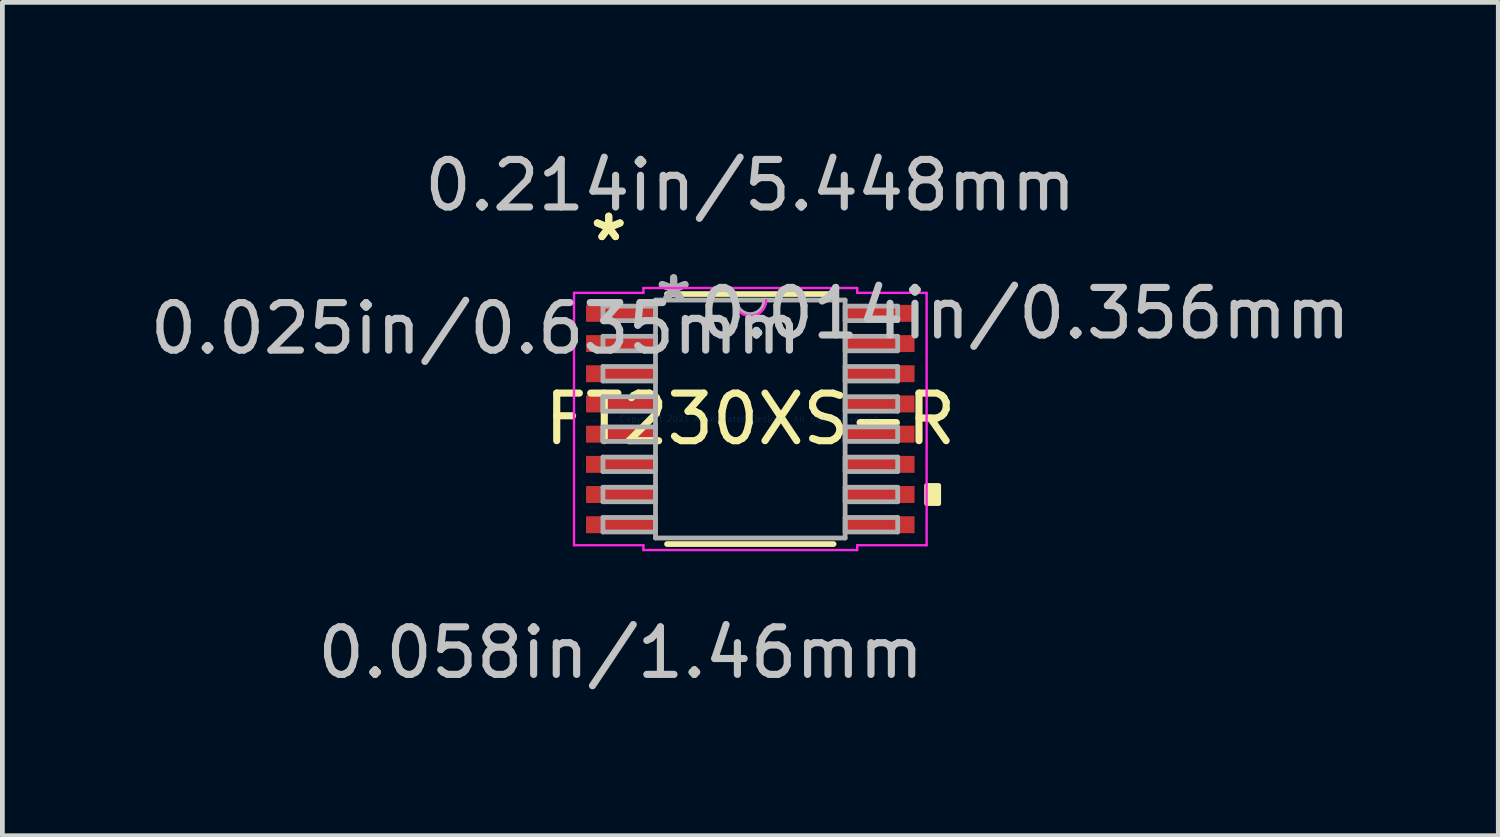
<source format=kicad_pcb>
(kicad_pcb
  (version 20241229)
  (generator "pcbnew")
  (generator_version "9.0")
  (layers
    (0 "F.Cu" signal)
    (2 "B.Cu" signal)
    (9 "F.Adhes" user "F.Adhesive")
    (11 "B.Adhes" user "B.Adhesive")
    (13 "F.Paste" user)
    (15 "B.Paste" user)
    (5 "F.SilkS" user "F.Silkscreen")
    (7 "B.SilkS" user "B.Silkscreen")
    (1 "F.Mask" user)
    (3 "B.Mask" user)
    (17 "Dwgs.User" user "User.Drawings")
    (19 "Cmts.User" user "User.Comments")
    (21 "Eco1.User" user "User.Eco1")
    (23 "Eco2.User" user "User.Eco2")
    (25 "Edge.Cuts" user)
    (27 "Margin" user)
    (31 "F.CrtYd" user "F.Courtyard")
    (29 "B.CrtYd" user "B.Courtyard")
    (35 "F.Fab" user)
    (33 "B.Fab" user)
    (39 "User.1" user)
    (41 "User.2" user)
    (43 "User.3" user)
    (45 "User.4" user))
  (footprint "FT230XS-R"
    (layer "F.Cu")
    (at 12.73 5.763)
    (property "Reference" "FT230XS-R" (at 0 0 0) (layer "F.SilkS") (effects (font (size 1 1) (thickness 0.15))))
    (attr through_hole)
    (fp_line (start -1.752 2.629) (end 1.752 2.629) (stroke (width 0.12) (type solid)) (layer "F.SilkS"))
    (fp_line (start 1.752 -2.629) (end -1.752 -2.629) (stroke (width 0.12) (type solid)) (layer "F.SilkS"))
    (fp_poly (pts (xy 3.962 1.397) (xy 3.962 1.778) (xy 3.708 1.778) (xy 3.708 1.397)) (stroke (width 0.1) (type solid)) (fill yes) (layer "F.SilkS"))
    (fp_line (start -3.708 -2.654) (end -2.248 -2.654) (stroke (width 0.05) (type solid)) (layer "F.CrtYd"))
    (fp_line (start -3.708 2.654) (end -3.708 -2.654) (stroke (width 0.05) (type solid)) (layer "F.CrtYd"))
    (fp_line (start -2.248 -2.756) (end 2.248 -2.756) (stroke (width 0.05) (type solid)) (layer "F.CrtYd"))
    (fp_line (start -2.248 -2.654) (end -2.248 -2.756) (stroke (width 0.05) (type solid)) (layer "F.CrtYd"))
    (fp_line (start -2.248 2.654) (end -3.708 2.654) (stroke (width 0.05) (type solid)) (layer "F.CrtYd"))
    (fp_line (start -2.248 2.756) (end -2.248 2.654) (stroke (width 0.05) (type solid)) (layer "F.CrtYd"))
    (fp_line (start 2.248 -2.756) (end 2.248 -2.654) (stroke (width 0.05) (type solid)) (layer "F.CrtYd"))
    (fp_line (start 2.248 -2.654) (end 3.708 -2.654) (stroke (width 0.05) (type solid)) (layer "F.CrtYd"))
    (fp_line (start 2.248 2.654) (end 2.248 2.756) (stroke (width 0.05) (type solid)) (layer "F.CrtYd"))
    (fp_line (start 2.248 2.756) (end -2.248 2.756) (stroke (width 0.05) (type solid)) (layer "F.CrtYd"))
    (fp_line (start 3.708 -2.654) (end 3.708 2.654) (stroke (width 0.05) (type solid)) (layer "F.CrtYd"))
    (fp_line (start 3.708 2.654) (end 2.248 2.654) (stroke (width 0.05) (type solid)) (layer "F.CrtYd"))
    (fp_arc (start 0.332317 -2.5019) (mid 0 -2.169583) (end -0.332317 -2.5019) (stroke (width 0.05) (type solid)) (layer "F.CrtYd"))
    (fp_line (start -3.099 -2.375) (end -3.099 -2.07) (stroke (width 0.1) (type solid)) (layer "F.Fab"))
    (fp_line (start -3.099 -2.07) (end -1.994 -2.07) (stroke (width 0.1) (type solid)) (layer "F.Fab"))
    (fp_line (start -3.099 -1.74) (end -3.099 -1.435) (stroke (width 0.1) (type solid)) (layer "F.Fab"))
    (fp_line (start -3.099 -1.435) (end -1.994 -1.435) (stroke (width 0.1) (type solid)) (layer "F.Fab"))
    (fp_line (start -3.099 -1.105) (end -3.099 -0.8) (stroke (width 0.1) (type solid)) (layer "F.Fab"))
    (fp_line (start -3.099 -0.8) (end -1.994 -0.8) (stroke (width 0.1) (type solid)) (layer "F.Fab"))
    (fp_line (start -3.099 -0.47) (end -3.099 -0.165) (stroke (width 0.1) (type solid)) (layer "F.Fab"))
    (fp_line (start -3.099 -0.165) (end -1.994 -0.165) (stroke (width 0.1) (type solid)) (layer "F.Fab"))
    (fp_line (start -3.099 0.165) (end -3.099 0.47) (stroke (width 0.1) (type solid)) (layer "F.Fab"))
    (fp_line (start -3.099 0.47) (end -1.994 0.47) (stroke (width 0.1) (type solid)) (layer "F.Fab"))
    (fp_line (start -3.099 0.8) (end -3.099 1.105) (stroke (width 0.1) (type solid)) (layer "F.Fab"))
    (fp_line (start -3.099 1.105) (end -1.994 1.105) (stroke (width 0.1) (type solid)) (layer "F.Fab"))
    (fp_line (start -3.099 1.435) (end -3.099 1.74) (stroke (width 0.1) (type solid)) (layer "F.Fab"))
    (fp_line (start -3.099 1.74) (end -1.994 1.74) (stroke (width 0.1) (type solid)) (layer "F.Fab"))
    (fp_line (start -3.099 2.07) (end -3.099 2.375) (stroke (width 0.1) (type solid)) (layer "F.Fab"))
    (fp_line (start -3.099 2.375) (end -1.994 2.375) (stroke (width 0.1) (type solid)) (layer "F.Fab"))
    (fp_line (start -1.994 -2.502) (end -1.994 2.502) (stroke (width 0.1) (type solid)) (layer "F.Fab"))
    (fp_line (start -1.994 -2.375) (end -3.099 -2.375) (stroke (width 0.1) (type solid)) (layer "F.Fab"))
    (fp_line (start -1.994 -2.07) (end -1.994 -2.375) (stroke (width 0.1) (type solid)) (layer "F.Fab"))
    (fp_line (start -1.994 -1.74) (end -3.099 -1.74) (stroke (width 0.1) (type solid)) (layer "F.Fab"))
    (fp_line (start -1.994 -1.435) (end -1.994 -1.74) (stroke (width 0.1) (type solid)) (layer "F.Fab"))
    (fp_line (start -1.994 -1.105) (end -3.099 -1.105) (stroke (width 0.1) (type solid)) (layer "F.Fab"))
    (fp_line (start -1.994 -0.8) (end -1.994 -1.105) (stroke (width 0.1) (type solid)) (layer "F.Fab"))
    (fp_line (start -1.994 -0.47) (end -3.099 -0.47) (stroke (width 0.1) (type solid)) (layer "F.Fab"))
    (fp_line (start -1.994 -0.165) (end -1.994 -0.47) (stroke (width 0.1) (type solid)) (layer "F.Fab"))
    (fp_line (start -1.994 0.165) (end -3.099 0.165) (stroke (width 0.1) (type solid)) (layer "F.Fab"))
    (fp_line (start -1.994 0.47) (end -1.994 0.165) (stroke (width 0.1) (type solid)) (layer "F.Fab"))
    (fp_line (start -1.994 0.8) (end -3.099 0.8) (stroke (width 0.1) (type solid)) (layer "F.Fab"))
    (fp_line (start -1.994 1.105) (end -1.994 0.8) (stroke (width 0.1) (type solid)) (layer "F.Fab"))
    (fp_line (start -1.994 1.435) (end -3.099 1.435) (stroke (width 0.1) (type solid)) (layer "F.Fab"))
    (fp_line (start -1.994 1.74) (end -1.994 1.435) (stroke (width 0.1) (type solid)) (layer "F.Fab"))
    (fp_line (start -1.994 2.07) (end -3.099 2.07) (stroke (width 0.1) (type solid)) (layer "F.Fab"))
    (fp_line (start -1.994 2.375) (end -1.994 2.07) (stroke (width 0.1) (type solid)) (layer "F.Fab"))
    (fp_line (start -1.994 2.502) (end 1.994 2.502) (stroke (width 0.1) (type solid)) (layer "F.Fab"))
    (fp_line (start 1.994 -2.502) (end -1.994 -2.502) (stroke (width 0.1) (type solid)) (layer "F.Fab"))
    (fp_line (start 1.994 -2.375) (end 1.994 -2.07) (stroke (width 0.1) (type solid)) (layer "F.Fab"))
    (fp_line (start 1.994 -2.07) (end 3.099 -2.07) (stroke (width 0.1) (type solid)) (layer "F.Fab"))
    (fp_line (start 1.994 -1.74) (end 1.994 -1.435) (stroke (width 0.1) (type solid)) (layer "F.Fab"))
    (fp_line (start 1.994 -1.435) (end 3.099 -1.435) (stroke (width 0.1) (type solid)) (layer "F.Fab"))
    (fp_line (start 1.994 -1.105) (end 1.994 -0.8) (stroke (width 0.1) (type solid)) (layer "F.Fab"))
    (fp_line (start 1.994 -0.8) (end 3.099 -0.8) (stroke (width 0.1) (type solid)) (layer "F.Fab"))
    (fp_line (start 1.994 -0.47) (end 1.994 -0.165) (stroke (width 0.1) (type solid)) (layer "F.Fab"))
    (fp_line (start 1.994 -0.165) (end 3.099 -0.165) (stroke (width 0.1) (type solid)) (layer "F.Fab"))
    (fp_line (start 1.994 0.165) (end 1.994 0.47) (stroke (width 0.1) (type solid)) (layer "F.Fab"))
    (fp_line (start 1.994 0.47) (end 3.099 0.47) (stroke (width 0.1) (type solid)) (layer "F.Fab"))
    (fp_line (start 1.994 0.8) (end 1.994 1.105) (stroke (width 0.1) (type solid)) (layer "F.Fab"))
    (fp_line (start 1.994 1.105) (end 3.099 1.105) (stroke (width 0.1) (type solid)) (layer "F.Fab"))
    (fp_line (start 1.994 1.435) (end 1.994 1.74) (stroke (width 0.1) (type solid)) (layer "F.Fab"))
    (fp_line (start 1.994 1.74) (end 3.099 1.74) (stroke (width 0.1) (type solid)) (layer "F.Fab"))
    (fp_line (start 1.994 2.07) (end 1.994 2.375) (stroke (width 0.1) (type solid)) (layer "F.Fab"))
    (fp_line (start 1.994 2.375) (end 3.099 2.375) (stroke (width 0.1) (type solid)) (layer "F.Fab"))
    (fp_line (start 1.994 2.502) (end 1.994 -2.502) (stroke (width 0.1) (type solid)) (layer "F.Fab"))
    (fp_line (start 3.099 -2.375) (end 1.994 -2.375) (stroke (width 0.1) (type solid)) (layer "F.Fab"))
    (fp_line (start 3.099 -2.07) (end 3.099 -2.375) (stroke (width 0.1) (type solid)) (layer "F.Fab"))
    (fp_line (start 3.099 -1.74) (end 1.994 -1.74) (stroke (width 0.1) (type solid)) (layer "F.Fab"))
    (fp_line (start 3.099 -1.435) (end 3.099 -1.74) (stroke (width 0.1) (type solid)) (layer "F.Fab"))
    (fp_line (start 3.099 -1.105) (end 1.994 -1.105) (stroke (width 0.1) (type solid)) (layer "F.Fab"))
    (fp_line (start 3.099 -0.8) (end 3.099 -1.105) (stroke (width 0.1) (type solid)) (layer "F.Fab"))
    (fp_line (start 3.099 -0.47) (end 1.994 -0.47) (stroke (width 0.1) (type solid)) (layer "F.Fab"))
    (fp_line (start 3.099 -0.165) (end 3.099 -0.47) (stroke (width 0.1) (type solid)) (layer "F.Fab"))
    (fp_line (start 3.099 0.165) (end 1.994 0.165) (stroke (width 0.1) (type solid)) (layer "F.Fab"))
    (fp_line (start 3.099 0.47) (end 3.099 0.165) (stroke (width 0.1) (type solid)) (layer "F.Fab"))
    (fp_line (start 3.099 0.8) (end 1.994 0.8) (stroke (width 0.1) (type solid)) (layer "F.Fab"))
    (fp_line (start 3.099 1.105) (end 3.099 0.8) (stroke (width 0.1) (type solid)) (layer "F.Fab"))
    (fp_line (start 3.099 1.435) (end 1.994 1.435) (stroke (width 0.1) (type solid)) (layer "F.Fab"))
    (fp_line (start 3.099 1.74) (end 3.099 1.435) (stroke (width 0.1) (type solid)) (layer "F.Fab"))
    (fp_line (start 3.099 2.07) (end 1.994 2.07) (stroke (width 0.1) (type solid)) (layer "F.Fab"))
    (fp_line (start 3.099 2.375) (end 3.099 2.07) (stroke (width 0.1) (type solid)) (layer "F.Fab"))
    (fp_arc (start 0.3048 -2.5019) (mid 0 -2.1971) (end -0.3048 -2.5019) (stroke (width 0.1) (type solid)) (layer "F.Fab"))
    (fp_text user "*" (at -2.978 -3.721 0) (layer "F.SilkS") (effects (font (size 1 1) (thickness 0.15))))
    (fp_text user "*" (at -2.978 -3.721 0) (layer "F.SilkS") (effects (font (size 1 1) (thickness 0.15))))
    (fp_text user "0.214in/5.448mm" (at 0 -4.915 0) (layer "Dwgs.User") (effects (font (size 1 1) (thickness 0.15))))
    (fp_text user "0.025in/0.635mm" (at -5.772 -1.905 0) (layer "Dwgs.User") (effects (font (size 1 1) (thickness 0.15))))
    (fp_text user "0.058in/1.46mm" (at -2.724 4.915 0) (layer "Dwgs.User") (effects (font (size 1 1) (thickness 0.15))))
    (fp_text user "0.014in/0.356mm" (at 5.772 -2.223 0) (layer "Dwgs.User") (effects (font (size 1 1) (thickness 0.15))))
    (fp_text user "Copyright 2021 Accelerated Designs. All rights reserved." (at 0 0 0) (layer "Cmts.User") (effects (font (size 0.127 0.127) (thickness 0.002))))
    (fp_text user "*" (at -1.613 -2.426 0) (layer "F.Fab") (effects (font (size 1 1) (thickness 0.15))))
    (fp_text user "*" (at -1.613 -2.426 0) (layer "F.Fab") (effects (font (size 1 1) (thickness 0.15))))
    (pad "1" smd rect (at -2.724 -2.223) (size 1.46 0.356) (layers "F.Cu" "F.Mask" "F.Paste"))
    (pad "2" smd rect (at -2.724 -1.587) (size 1.46 0.356) (layers "F.Cu" "F.Mask" "F.Paste"))
    (pad "3" smd rect (at -2.724 -0.953) (size 1.46 0.356) (layers "F.Cu" "F.Mask" "F.Paste"))
    (pad "4" smd rect (at -2.724 -0.318) (size 1.46 0.356) (layers "F.Cu" "F.Mask" "F.Paste"))
    (pad "5" smd rect (at -2.724 0.318) (size 1.46 0.356) (layers "F.Cu" "F.Mask" "F.Paste"))
    (pad "6" smd rect (at -2.724 0.953) (size 1.46 0.356) (layers "F.Cu" "F.Mask" "F.Paste"))
    (pad "7" smd rect (at -2.724 1.587) (size 1.46 0.356) (layers "F.Cu" "F.Mask" "F.Paste"))
    (pad "8" smd rect (at -2.724 2.223) (size 1.46 0.356) (layers "F.Cu" "F.Mask" "F.Paste"))
    (pad "9" smd rect (at 2.724 2.223) (size 1.46 0.356) (layers "F.Cu" "F.Mask" "F.Paste"))
    (pad "10" smd rect (at 2.724 1.587) (size 1.46 0.356) (layers "F.Cu" "F.Mask" "F.Paste"))
    (pad "11" smd rect (at 2.724 0.953) (size 1.46 0.356) (layers "F.Cu" "F.Mask" "F.Paste"))
    (pad "12" smd rect (at 2.724 0.318) (size 1.46 0.356) (layers "F.Cu" "F.Mask" "F.Paste"))
    (pad "13" smd rect (at 2.724 -0.318) (size 1.46 0.356) (layers "F.Cu" "F.Mask" "F.Paste"))
    (pad "14" smd rect (at 2.724 -0.953) (size 1.46 0.356) (layers "F.Cu" "F.Mask" "F.Paste"))
    (pad "15" smd rect (at 2.724 -1.587) (size 1.46 0.356) (layers "F.Cu" "F.Mask" "F.Paste"))
    (pad "16" smd rect (at 2.724 -2.223) (size 1.46 0.356) (layers "F.Cu" "F.Mask" "F.Paste")))
  (gr_rect
    (start -3 -3)
    (end 28.461 14.526)
    (stroke (width 0.1) (type default))
    (fill no)
    (layer "Edge.Cuts")))
</source>
